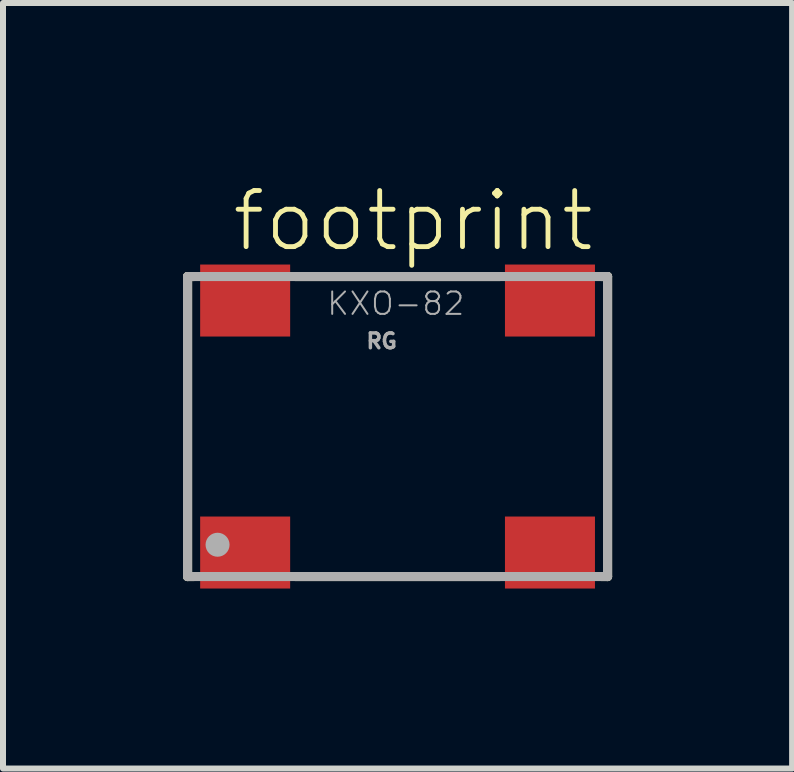
<source format=kicad_pcb>
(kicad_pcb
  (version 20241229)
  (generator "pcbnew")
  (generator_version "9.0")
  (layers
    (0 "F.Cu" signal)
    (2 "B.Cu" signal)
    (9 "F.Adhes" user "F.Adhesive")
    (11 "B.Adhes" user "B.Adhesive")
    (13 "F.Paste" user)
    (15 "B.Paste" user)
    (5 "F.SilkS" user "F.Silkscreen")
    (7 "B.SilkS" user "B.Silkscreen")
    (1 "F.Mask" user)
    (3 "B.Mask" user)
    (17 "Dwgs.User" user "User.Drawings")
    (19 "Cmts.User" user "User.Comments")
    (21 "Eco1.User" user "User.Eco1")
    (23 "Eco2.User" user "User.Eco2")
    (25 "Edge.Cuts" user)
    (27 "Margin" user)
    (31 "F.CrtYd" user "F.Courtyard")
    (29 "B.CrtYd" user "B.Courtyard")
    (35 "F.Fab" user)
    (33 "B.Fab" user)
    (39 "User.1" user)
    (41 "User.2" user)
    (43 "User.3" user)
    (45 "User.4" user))
  (footprint "footprint"
    (layer "F.Cu")
    (at 3.576 4.059)
    (property "Reference" "footprint" (at -2.8 -2.88 0) (layer "F.SilkS") (effects (font (size 0.935 0.935) (thickness 0.081)) (justify left bottom)))
    (fp_line (start -3.5 -2.5) (end -3.5 2.5) (stroke (width 0.152) (type solid)) (layer "F.SilkS"))
    (fp_line (start -3.5 2.5) (end -3.4 2.5) (stroke (width 0.152) (type solid)) (layer "F.SilkS"))
    (fp_line (start -3.4 -2.5) (end -3.5 -2.5) (stroke (width 0.152) (type solid)) (layer "F.SilkS"))
    (fp_line (start -1.7 -2.5) (end 1.7 -2.5) (stroke (width 0.152) (type solid)) (layer "F.SilkS"))
    (fp_line (start -1.7 2.5) (end 1.7 2.5) (stroke (width 0.152) (type solid)) (layer "F.SilkS"))
    (fp_line (start 3.4 -2.5) (end 3.5 -2.5) (stroke (width 0.152) (type solid)) (layer "F.SilkS"))
    (fp_line (start 3.5 -2.5) (end 3.5 2.5) (stroke (width 0.152) (type solid)) (layer "F.SilkS"))
    (fp_line (start 3.5 2.5) (end 3.4 2.5) (stroke (width 0.152) (type solid)) (layer "F.SilkS"))
    (fp_line (start -3.5 -2.5) (end -3.5 2.5) (stroke (width 0.152) (type solid)) (layer "F.Fab"))
    (fp_line (start -3.5 2.5) (end 3.5 2.5) (stroke (width 0.152) (type solid)) (layer "F.Fab"))
    (fp_line (start 3.5 -2.5) (end -3.5 -2.5) (stroke (width 0.152) (type solid)) (layer "F.Fab"))
    (fp_line (start 3.5 2.5) (end 3.5 -2.5) (stroke (width 0.152) (type solid)) (layer "F.Fab"))
    (fp_circle (center -3 1.97) (end -2.9 1.97) (stroke (width 0.2) (type solid)) (fill no) (layer "F.Fab"))
    (fp_text user "RG" (at -0.55 -1.28 0) (layer "F.Fab") (effects (font (size 0.247 0.247) (thickness 0.058)) (justify left bottom)))
    (fp_text user "KXO-82" (at -1.2 -1.83 0) (layer "F.Fab") (effects (font (size 0.374 0.374) (thickness 0.033)) (justify left bottom)))
    (pad "1" smd rect (at -2.54 2.1) (size 1.5 1.2) (layers "F.Cu" "F.Mask" "F.Paste"))
    (pad "2" smd rect (at 2.54 2.1) (size 1.5 1.2) (layers "F.Cu" "F.Mask" "F.Paste"))
    (pad "3" smd rect (at 2.54 -2.1) (size 1.5 1.2) (layers "F.Cu" "F.Mask" "F.Paste"))
    (pad "4" smd rect (at -2.54 -2.1) (size 1.5 1.2) (layers "F.Cu" "F.Mask" "F.Paste")))
  (gr_rect
    (start -3 -3)
    (end 10.152 9.759)
    (stroke (width 0.1) (type default))
    (fill no)
    (layer "Edge.Cuts")))
</source>
